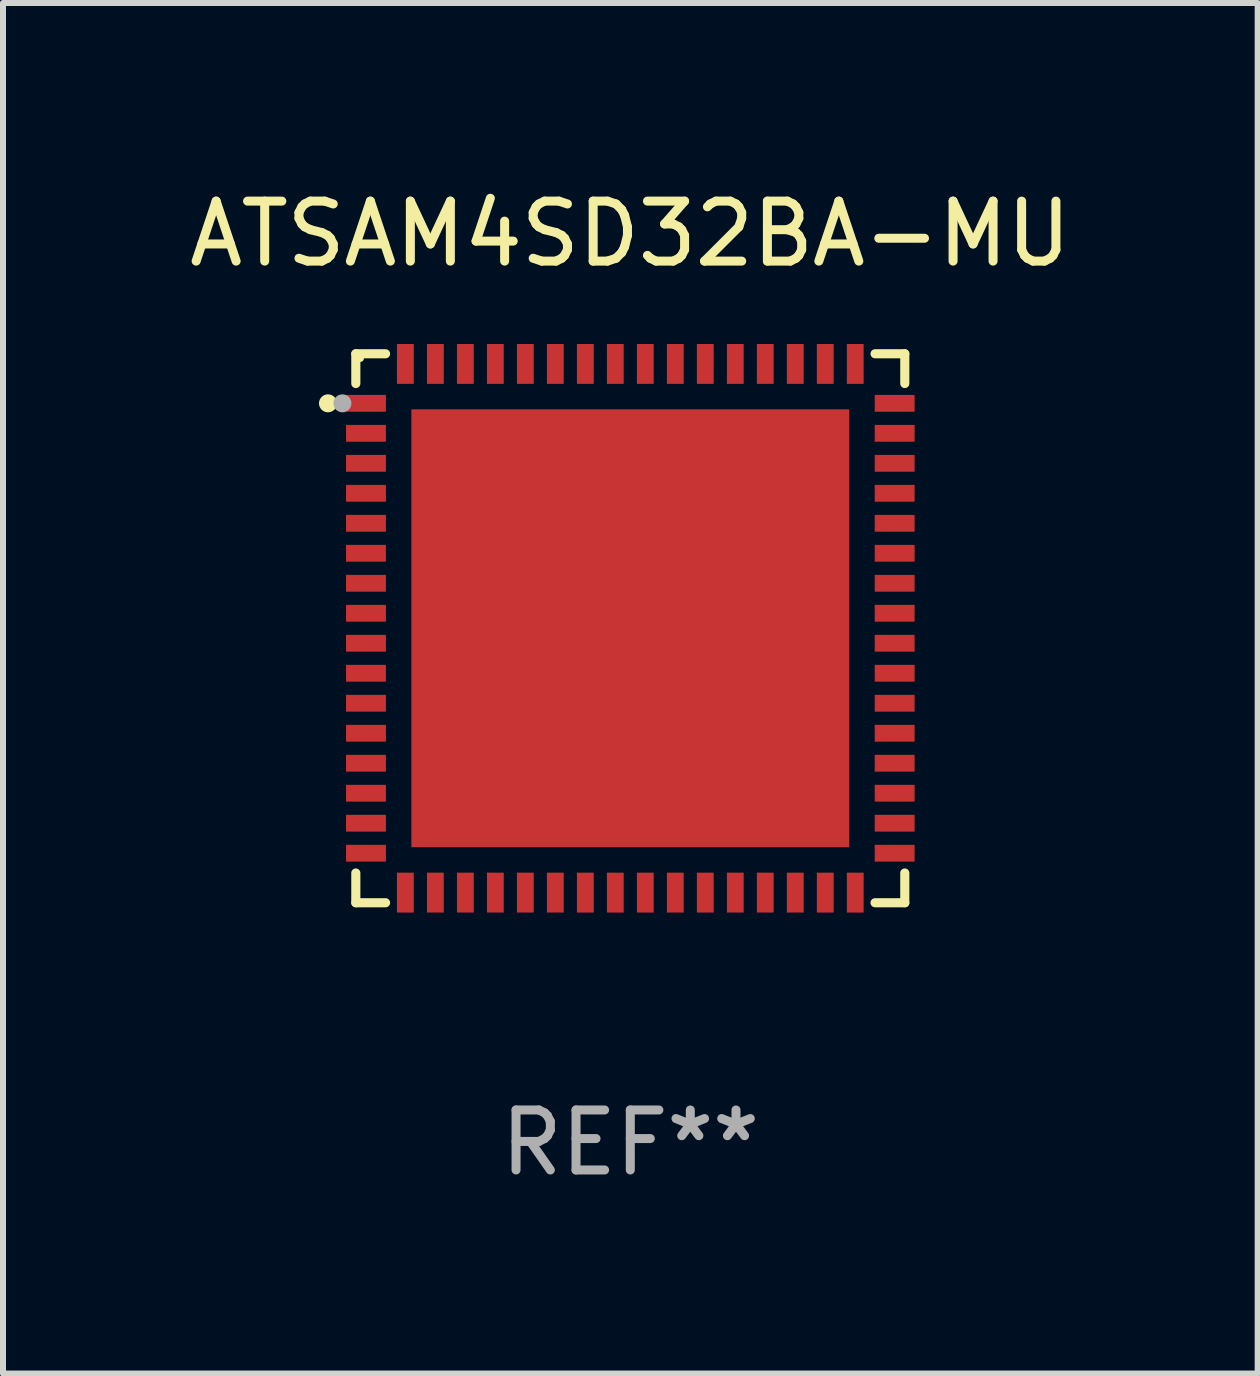
<source format=kicad_pcb>
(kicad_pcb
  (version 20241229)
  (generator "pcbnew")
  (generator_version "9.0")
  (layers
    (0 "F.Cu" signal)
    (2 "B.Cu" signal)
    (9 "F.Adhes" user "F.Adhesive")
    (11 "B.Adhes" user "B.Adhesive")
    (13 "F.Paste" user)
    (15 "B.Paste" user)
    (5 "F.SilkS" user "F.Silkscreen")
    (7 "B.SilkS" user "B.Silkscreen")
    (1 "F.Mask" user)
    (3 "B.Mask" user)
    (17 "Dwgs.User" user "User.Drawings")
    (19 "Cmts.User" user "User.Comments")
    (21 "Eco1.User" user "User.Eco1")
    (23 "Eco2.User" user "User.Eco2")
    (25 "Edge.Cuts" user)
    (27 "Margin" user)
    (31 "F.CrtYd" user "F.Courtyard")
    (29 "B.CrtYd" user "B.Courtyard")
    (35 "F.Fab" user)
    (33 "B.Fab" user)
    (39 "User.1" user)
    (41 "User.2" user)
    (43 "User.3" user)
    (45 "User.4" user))
  (footprint "ATSAM4SD32BA-MU"
    (layer "F.Cu")
    (at 7.458 7.424)
    (property "Reference" "ATSAM4SD32BA-MU" (at 0 -6.576 0) (layer "F.SilkS") (effects (font (size 1 1) (thickness 0.15))))
    (attr through_hole)
    (fp_line (start -4.576 -4.576) (end -4.576 -4.08) (stroke (width 0.152) (type solid)) (layer "F.SilkS"))
    (fp_line (start -4.576 4.576) (end -4.576 4.08) (stroke (width 0.152) (type solid)) (layer "F.SilkS"))
    (fp_line (start -4.08 -4.576) (end -4.576 -4.576) (stroke (width 0.152) (type solid)) (layer "F.SilkS"))
    (fp_line (start -4.08 4.576) (end -4.576 4.576) (stroke (width 0.152) (type solid)) (layer "F.SilkS"))
    (fp_line (start 4.08 -4.576) (end 4.576 -4.576) (stroke (width 0.152) (type solid)) (layer "F.SilkS"))
    (fp_line (start 4.08 4.576) (end 4.576 4.576) (stroke (width 0.152) (type solid)) (layer "F.SilkS"))
    (fp_line (start 4.576 -4.576) (end 4.576 -4.08) (stroke (width 0.152) (type solid)) (layer "F.SilkS"))
    (fp_line (start 4.576 4.576) (end 4.576 4.08) (stroke (width 0.152) (type solid)) (layer "F.SilkS"))
    (fp_circle (center -5.04 -3.75) (end -4.965 -3.75) (stroke (width 0.15) (type solid)) (fill no) (layer "F.SilkS"))
    (fp_circle (center -4.5 -4.5) (end -4.47 -4.5) (stroke (width 0.06) (type solid)) (fill no) (layer "F.SilkS"))
    (fp_circle (center -4.8 -3.75) (end -4.725 -3.75) (stroke (width 0.15) (type solid)) (fill no) (layer "F.Fab"))
    (fp_text user "REF**" (at 0 8.576 0) (layer "F.Fab") (effects (font (size 1 1) (thickness 0.15))))
    (pad "1" smd rect (at -4.407 -3.75) (size 0.665 0.28) (layers "F.Cu" "F.Mask" "F.Paste"))
    (pad "2" smd rect (at -4.407 -3.25) (size 0.665 0.28) (layers "F.Cu" "F.Mask" "F.Paste"))
    (pad "3" smd rect (at -4.407 -2.75) (size 0.665 0.28) (layers "F.Cu" "F.Mask" "F.Paste"))
    (pad "4" smd rect (at -4.407 -2.25) (size 0.665 0.28) (layers "F.Cu" "F.Mask" "F.Paste"))
    (pad "5" smd rect (at -4.407 -1.75) (size 0.665 0.28) (layers "F.Cu" "F.Mask" "F.Paste"))
    (pad "6" smd rect (at -4.407 -1.25) (size 0.665 0.28) (layers "F.Cu" "F.Mask" "F.Paste"))
    (pad "7" smd rect (at -4.407 -0.75) (size 0.665 0.28) (layers "F.Cu" "F.Mask" "F.Paste"))
    (pad "8" smd rect (at -4.407 -0.25) (size 0.665 0.28) (layers "F.Cu" "F.Mask" "F.Paste"))
    (pad "9" smd rect (at -4.407 0.25) (size 0.665 0.28) (layers "F.Cu" "F.Mask" "F.Paste"))
    (pad "10" smd rect (at -4.407 0.75) (size 0.665 0.28) (layers "F.Cu" "F.Mask" "F.Paste"))
    (pad "11" smd rect (at -4.407 1.25) (size 0.665 0.28) (layers "F.Cu" "F.Mask" "F.Paste"))
    (pad "12" smd rect (at -4.407 1.75) (size 0.665 0.28) (layers "F.Cu" "F.Mask" "F.Paste"))
    (pad "13" smd rect (at -4.407 2.25) (size 0.665 0.28) (layers "F.Cu" "F.Mask" "F.Paste"))
    (pad "14" smd rect (at -4.407 2.75) (size 0.665 0.28) (layers "F.Cu" "F.Mask" "F.Paste"))
    (pad "15" smd rect (at -4.407 3.25) (size 0.665 0.28) (layers "F.Cu" "F.Mask" "F.Paste"))
    (pad "16" smd rect (at -4.407 3.75) (size 0.665 0.28) (layers "F.Cu" "F.Mask" "F.Paste"))
    (pad "17" smd rect (at -3.75 4.407) (size 0.28 0.665) (layers "F.Cu" "F.Mask" "F.Paste"))
    (pad "18" smd rect (at -3.25 4.407) (size 0.28 0.665) (layers "F.Cu" "F.Mask" "F.Paste"))
    (pad "19" smd rect (at -2.75 4.407) (size 0.28 0.665) (layers "F.Cu" "F.Mask" "F.Paste"))
    (pad "20" smd rect (at -2.25 4.407) (size 0.28 0.665) (layers "F.Cu" "F.Mask" "F.Paste"))
    (pad "21" smd rect (at -1.75 4.407) (size 0.28 0.665) (layers "F.Cu" "F.Mask" "F.Paste"))
    (pad "22" smd rect (at -1.25 4.407) (size 0.28 0.665) (layers "F.Cu" "F.Mask" "F.Paste"))
    (pad "23" smd rect (at -0.75 4.407) (size 0.28 0.665) (layers "F.Cu" "F.Mask" "F.Paste"))
    (pad "24" smd rect (at -0.25 4.407) (size 0.28 0.665) (layers "F.Cu" "F.Mask" "F.Paste"))
    (pad "25" smd rect (at 0.25 4.407) (size 0.28 0.665) (layers "F.Cu" "F.Mask" "F.Paste"))
    (pad "26" smd rect (at 0.75 4.407) (size 0.28 0.665) (layers "F.Cu" "F.Mask" "F.Paste"))
    (pad "27" smd rect (at 1.25 4.407) (size 0.28 0.665) (layers "F.Cu" "F.Mask" "F.Paste"))
    (pad "28" smd rect (at 1.75 4.407) (size 0.28 0.665) (layers "F.Cu" "F.Mask" "F.Paste"))
    (pad "29" smd rect (at 2.25 4.407) (size 0.28 0.665) (layers "F.Cu" "F.Mask" "F.Paste"))
    (pad "30" smd rect (at 2.75 4.407) (size 0.28 0.665) (layers "F.Cu" "F.Mask" "F.Paste"))
    (pad "31" smd rect (at 3.25 4.407) (size 0.28 0.665) (layers "F.Cu" "F.Mask" "F.Paste"))
    (pad "32" smd rect (at 3.75 4.407) (size 0.28 0.665) (layers "F.Cu" "F.Mask" "F.Paste"))
    (pad "33" smd rect (at 4.407 3.75) (size 0.665 0.28) (layers "F.Cu" "F.Mask" "F.Paste"))
    (pad "34" smd rect (at 4.407 3.25) (size 0.665 0.28) (layers "F.Cu" "F.Mask" "F.Paste"))
    (pad "35" smd rect (at 4.407 2.75) (size 0.665 0.28) (layers "F.Cu" "F.Mask" "F.Paste"))
    (pad "36" smd rect (at 4.407 2.25) (size 0.665 0.28) (layers "F.Cu" "F.Mask" "F.Paste"))
    (pad "37" smd rect (at 4.407 1.75) (size 0.665 0.28) (layers "F.Cu" "F.Mask" "F.Paste"))
    (pad "38" smd rect (at 4.407 1.25) (size 0.665 0.28) (layers "F.Cu" "F.Mask" "F.Paste"))
    (pad "39" smd rect (at 4.407 0.75) (size 0.665 0.28) (layers "F.Cu" "F.Mask" "F.Paste"))
    (pad "40" smd rect (at 4.407 0.25) (size 0.665 0.28) (layers "F.Cu" "F.Mask" "F.Paste"))
    (pad "41" smd rect (at 4.407 -0.25) (size 0.665 0.28) (layers "F.Cu" "F.Mask" "F.Paste"))
    (pad "42" smd rect (at 4.407 -0.75) (size 0.665 0.28) (layers "F.Cu" "F.Mask" "F.Paste"))
    (pad "43" smd rect (at 4.407 -1.25) (size 0.665 0.28) (layers "F.Cu" "F.Mask" "F.Paste"))
    (pad "44" smd rect (at 4.407 -1.75) (size 0.665 0.28) (layers "F.Cu" "F.Mask" "F.Paste"))
    (pad "45" smd rect (at 4.407 -2.25) (size 0.665 0.28) (layers "F.Cu" "F.Mask" "F.Paste"))
    (pad "46" smd rect (at 4.407 -2.75) (size 0.665 0.28) (layers "F.Cu" "F.Mask" "F.Paste"))
    (pad "47" smd rect (at 4.407 -3.25) (size 0.665 0.28) (layers "F.Cu" "F.Mask" "F.Paste"))
    (pad "48" smd rect (at 4.407 -3.75) (size 0.665 0.28) (layers "F.Cu" "F.Mask" "F.Paste"))
    (pad "49" smd rect (at 3.75 -4.407) (size 0.28 0.665) (layers "F.Cu" "F.Mask" "F.Paste"))
    (pad "50" smd rect (at 3.25 -4.407) (size 0.28 0.665) (layers "F.Cu" "F.Mask" "F.Paste"))
    (pad "51" smd rect (at 2.75 -4.407) (size 0.28 0.665) (layers "F.Cu" "F.Mask" "F.Paste"))
    (pad "52" smd rect (at 2.25 -4.407) (size 0.28 0.665) (layers "F.Cu" "F.Mask" "F.Paste"))
    (pad "53" smd rect (at 1.75 -4.407) (size 0.28 0.665) (layers "F.Cu" "F.Mask" "F.Paste"))
    (pad "54" smd rect (at 1.25 -4.407) (size 0.28 0.665) (layers "F.Cu" "F.Mask" "F.Paste"))
    (pad "55" smd rect (at 0.75 -4.407) (size 0.28 0.665) (layers "F.Cu" "F.Mask" "F.Paste"))
    (pad "56" smd rect (at 0.25 -4.407) (size 0.28 0.665) (layers "F.Cu" "F.Mask" "F.Paste"))
    (pad "57" smd rect (at -0.25 -4.407) (size 0.28 0.665) (layers "F.Cu" "F.Mask" "F.Paste"))
    (pad "58" smd rect (at -0.75 -4.407) (size 0.28 0.665) (layers "F.Cu" "F.Mask" "F.Paste"))
    (pad "59" smd rect (at -1.25 -4.407) (size 0.28 0.665) (layers "F.Cu" "F.Mask" "F.Paste"))
    (pad "60" smd rect (at -1.75 -4.407) (size 0.28 0.665) (layers "F.Cu" "F.Mask" "F.Paste"))
    (pad "61" smd rect (at -2.25 -4.407) (size 0.28 0.665) (layers "F.Cu" "F.Mask" "F.Paste"))
    (pad "62" smd rect (at -2.75 -4.407) (size 0.28 0.665) (layers "F.Cu" "F.Mask" "F.Paste"))
    (pad "63" smd rect (at -3.25 -4.407) (size 0.28 0.665) (layers "F.Cu" "F.Mask" "F.Paste"))
    (pad "64" smd rect (at -3.75 -4.407) (size 0.28 0.665) (layers "F.Cu" "F.Mask" "F.Paste"))
    (pad "65" smd rect (at 0 0) (size 7.3 7.3) (layers "F.Cu" "F.Mask" "F.Paste")))
  (gr_rect
    (start -3 -3)
    (end 17.917 19.849)
    (stroke (width 0.1) (type default))
    (fill no)
    (layer "Edge.Cuts")))
</source>
